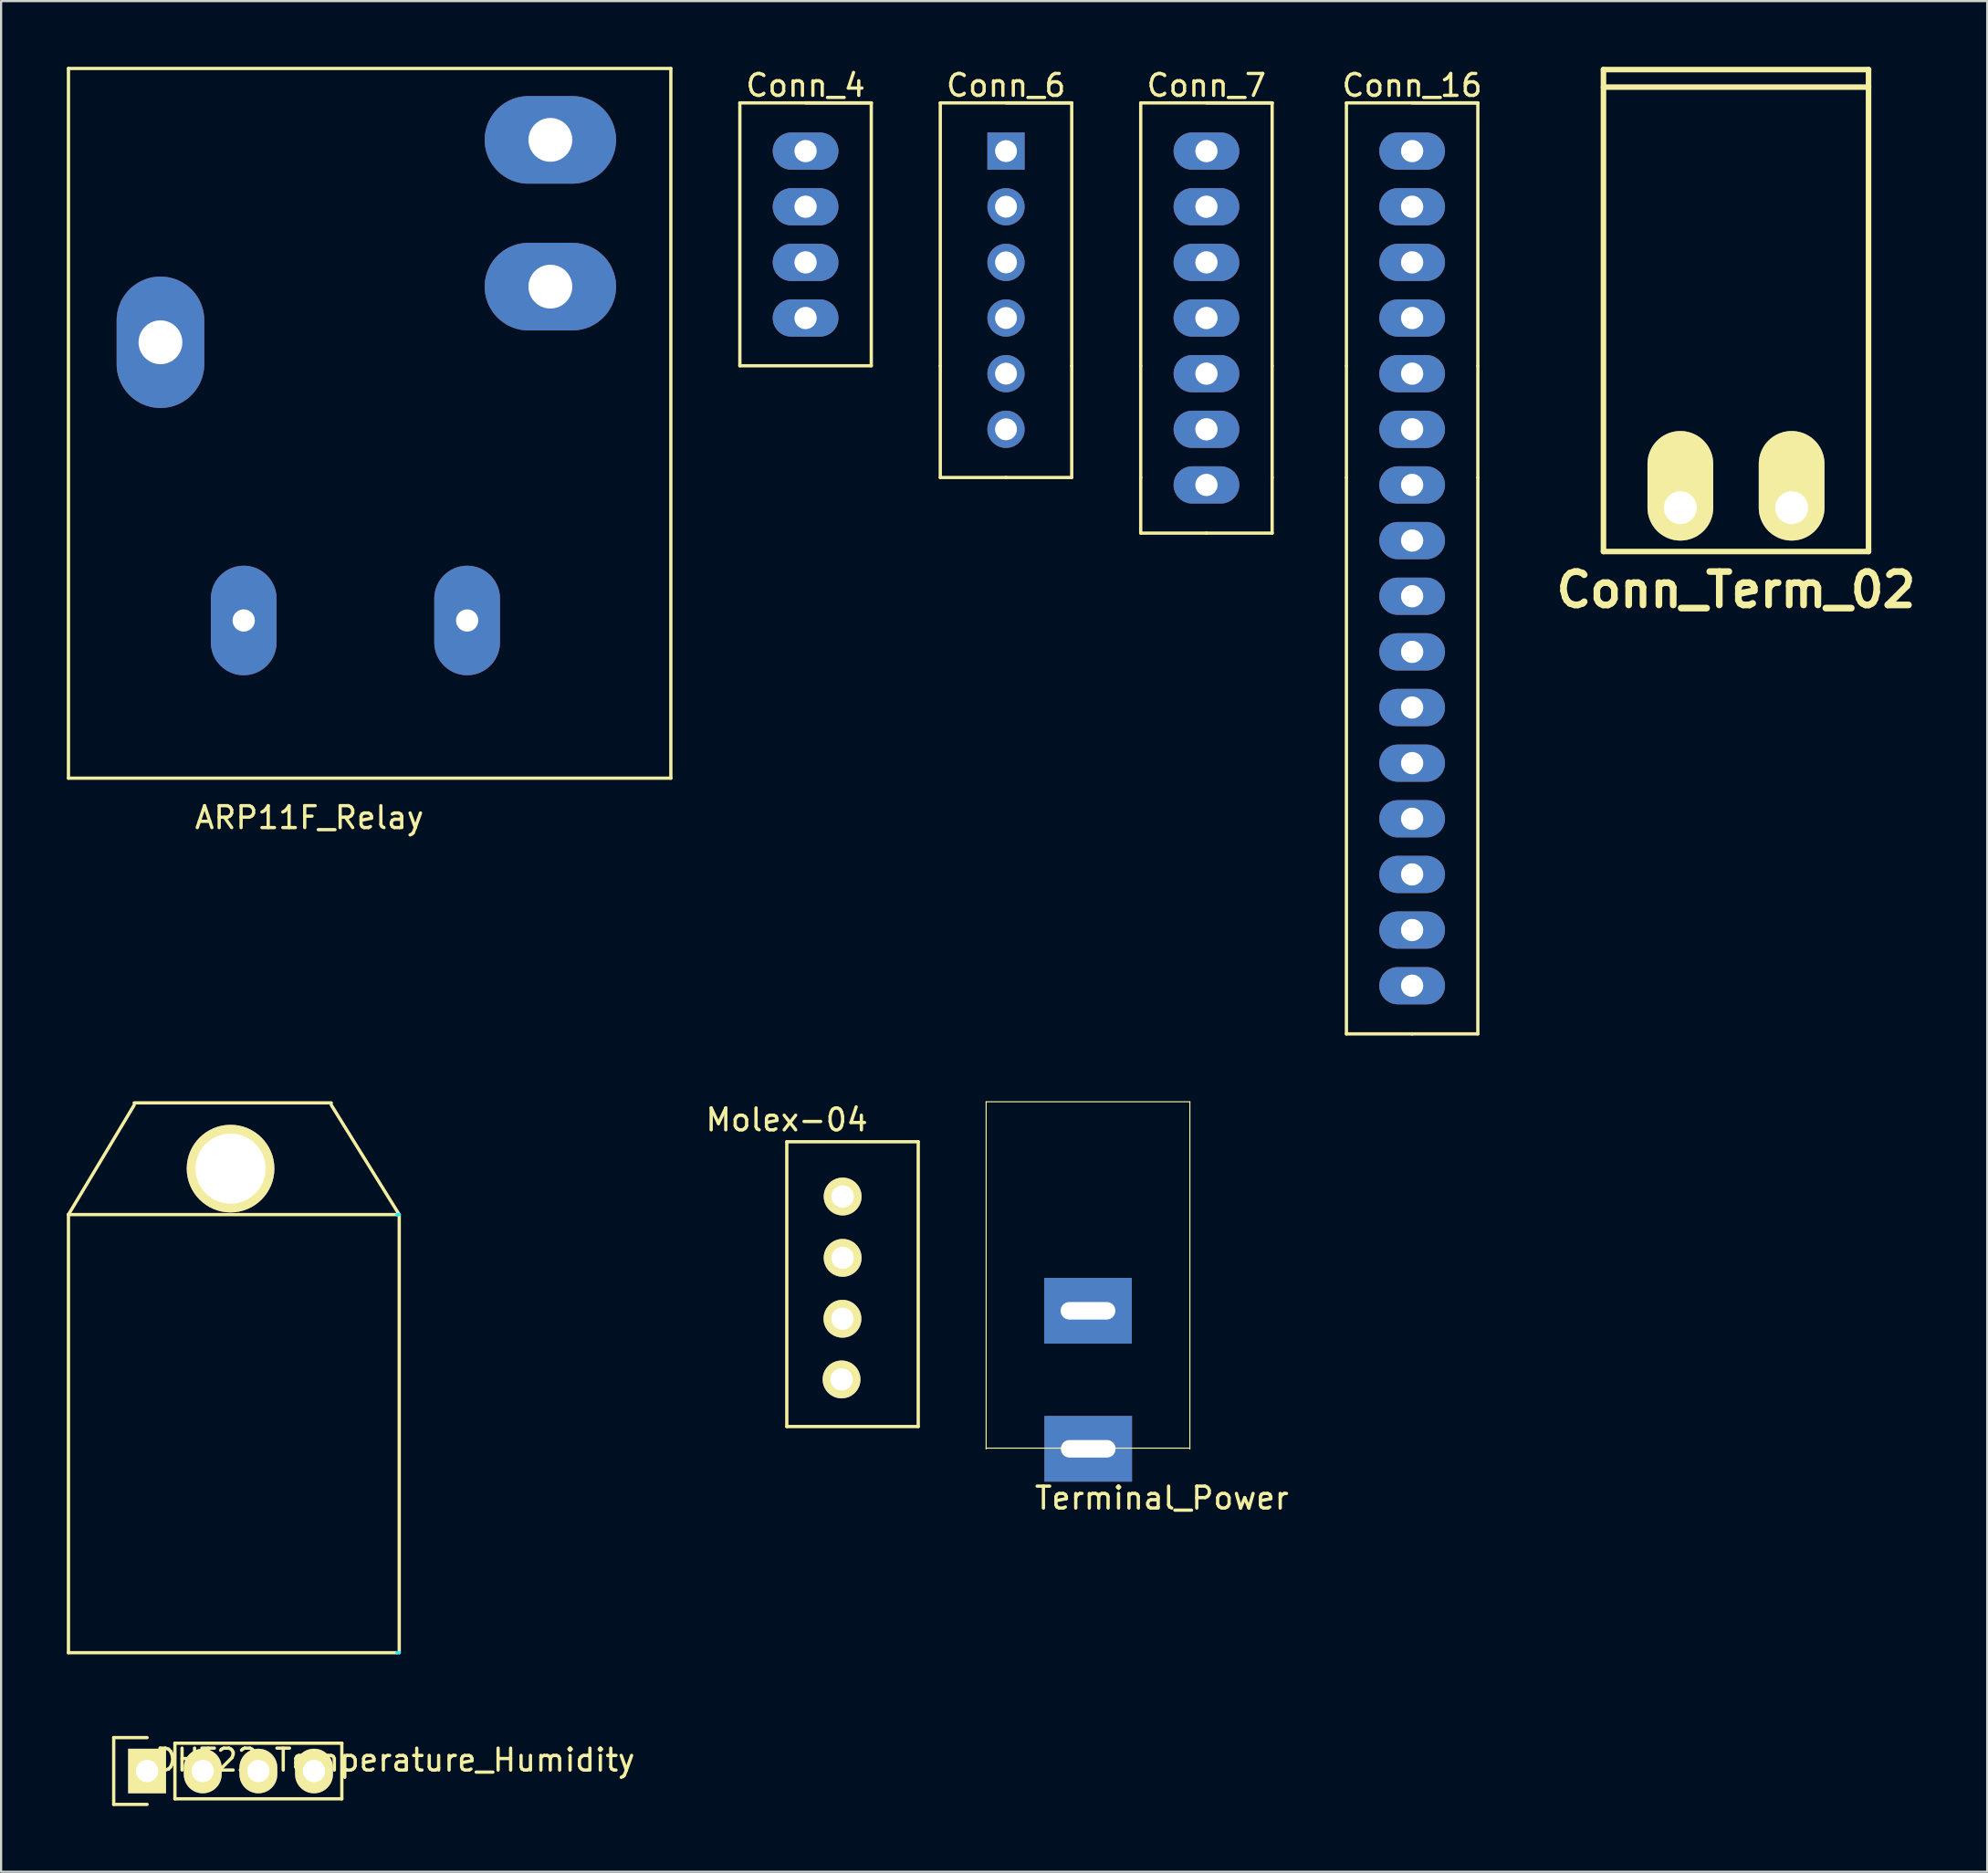
<source format=kicad_pcb>
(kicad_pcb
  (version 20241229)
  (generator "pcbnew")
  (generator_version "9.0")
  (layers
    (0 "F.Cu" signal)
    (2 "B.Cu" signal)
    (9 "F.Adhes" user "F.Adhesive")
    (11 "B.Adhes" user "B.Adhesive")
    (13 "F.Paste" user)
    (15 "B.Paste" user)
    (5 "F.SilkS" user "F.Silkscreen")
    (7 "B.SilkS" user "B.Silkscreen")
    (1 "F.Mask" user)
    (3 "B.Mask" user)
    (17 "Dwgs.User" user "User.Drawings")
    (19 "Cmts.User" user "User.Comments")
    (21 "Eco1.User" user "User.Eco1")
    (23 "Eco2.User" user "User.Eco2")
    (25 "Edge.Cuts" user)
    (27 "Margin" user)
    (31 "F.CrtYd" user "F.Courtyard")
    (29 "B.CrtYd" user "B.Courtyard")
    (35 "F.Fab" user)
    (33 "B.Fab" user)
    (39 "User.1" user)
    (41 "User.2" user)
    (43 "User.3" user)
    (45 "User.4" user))
  (footprint "Molex-04"
    (layer "F.Cu")
    (at 35.368 55.672)
    (property "Reference" "Molex-04" (at -2.5 -7.6 0) (layer "F.SilkS") (effects (font (size 1 1) (thickness 0.15))))
    (attr through_hole)
    (fp_line (start -2.5 -6.6) (end -2.5 6.4) (stroke (width 0.15) (type solid)) (layer "F.SilkS"))
    (fp_line (start -2.5 -6.6) (end 3.5 -6.6) (stroke (width 0.15) (type solid)) (layer "F.SilkS"))
    (fp_line (start -2.5 6.4) (end 3.5 6.4) (stroke (width 0.15) (type solid)) (layer "F.SilkS"))
    (fp_line (start 3.5 -6.6) (end 3.5 6.4) (stroke (width 0.15) (type solid)) (layer "F.SilkS"))
    (pad "1" thru_hole oval (at 0.05 -4.1) (size 1.727 1.727) (drill 1.016) (layers "*.Cu" "*.Mask" "F.SilkS"))
    (pad "2" thru_hole oval (at 0.05 -1.3) (size 1.727 1.727) (drill 1.016) (layers "*.Cu" "*.Mask" "F.SilkS"))
    (pad "3" thru_hole oval (at 0.04 1.48) (size 1.727 1.727) (drill 1.016) (layers "*.Cu" "*.Mask" "F.SilkS"))
    (pad "4" thru_hole oval (at 0 4.25) (size 1.727 1.727) (drill 1.016) (layers "*.Cu" "*.Mask" "F.SilkS")))
  (footprint "Conn_6"
    (layer "F.Cu")
    (at 42.875 3.848)
    (property "Reference" "Conn_6" (at 0 -3 0) (layer "F.SilkS") (effects (font (size 1 1) (thickness 0.15))))
    (attr through_hole)
    (fp_line (start -3 -2.2) (end -3 9.8) (stroke (width 0.15) (type solid)) (layer "F.SilkS"))
    (fp_line (start -3 14.9) (end -3 9.81) (stroke (width 0.15) (type solid)) (layer "F.SilkS"))
    (fp_line (start 0 -2.2) (end 3 -2.2) (stroke (width 0.15) (type solid)) (layer "F.SilkS"))
    (fp_line (start 0 14.9) (end -3 14.9) (stroke (width 0.15) (type solid)) (layer "F.SilkS"))
    (fp_line (start 0 14.9) (end 3 14.9) (stroke (width 0.15) (type solid)) (layer "F.SilkS"))
    (fp_line (start 3 -2.2) (end -3 -2.2) (stroke (width 0.15) (type solid)) (layer "F.SilkS"))
    (fp_line (start 3 9.8) (end 3 -2.2) (stroke (width 0.15) (type solid)) (layer "F.SilkS"))
    (fp_line (start 3 14.9) (end 3 9.81) (stroke (width 0.15) (type solid)) (layer "F.SilkS"))
    (pad "1" thru_hole rect (at 0 0) (size 1.7 1.7) (drill 1) (layers "*.Cu" "*.Mask"))
    (pad "2" thru_hole oval (at 0 2.54) (size 1.7 1.7) (drill 1) (layers "*.Cu" "*.Mask"))
    (pad "3" thru_hole oval (at 0 5.08) (size 1.7 1.7) (drill 1) (layers "*.Cu" "*.Mask"))
    (pad "4" thru_hole oval (at 0 7.62) (size 1.7 1.7) (drill 1) (layers "*.Cu" "*.Mask"))
    (pad "5" thru_hole oval (at 0 10.16) (size 1.7 1.7) (drill 1) (layers "*.Cu" "*.Mask"))
    (pad "6" thru_hole oval (at 0 12.7) (size 1.7 1.7) (drill 1) (layers "*.Cu" "*.Mask")))
  (footprint "Conn_Term_02"
    (layer "F.Cu")
    (at 76.2 20.127)
    (property "Reference" "Conn_Term_02" (at 0 3.749 0) (layer "F.SilkS") (effects (font (size 1.524 1.524) (thickness 0.305))))
    (attr through_hole)
    (fp_line (start -6.05 -19.2) (end 6.05 -19.2) (stroke (width 0.254) (type solid)) (layer "F.SilkS"))
    (fp_line (start -6.05 2) (end -6.05 -20) (stroke (width 0.254) (type solid)) (layer "F.SilkS"))
    (fp_line (start 6.05 -20) (end -6.05 -20) (stroke (width 0.254) (type solid)) (layer "F.SilkS"))
    (fp_line (start 6.05 2) (end -6.05 2) (stroke (width 0.254) (type solid)) (layer "F.SilkS"))
    (fp_line (start 6.05 2) (end 6.05 -20) (stroke (width 0.254) (type solid)) (layer "F.SilkS"))
    (pad "1" thru_hole oval (at -2.54 0) (size 3 5) (drill 1.5 (offset 0 -1)) (layers "*.Cu" "*.Mask" "F.SilkS"))
    (pad "2" thru_hole oval (at 2.54 0) (size 3 5) (drill 1.5 (offset 0 -1)) (layers "*.Cu" "*.Mask" "F.SilkS")))
  (footprint "Conn_7"
    (layer "F.Cu")
    (at 52.025 3.848)
    (property "Reference" "Conn_7" (at 0 -3 0) (layer "F.SilkS") (effects (font (size 1 1) (thickness 0.15))))
    (attr through_hole)
    (fp_line (start -3 -2.2) (end -3 9.8) (stroke (width 0.15) (type solid)) (layer "F.SilkS"))
    (fp_line (start -3 14.9) (end -3 9.81) (stroke (width 0.15) (type solid)) (layer "F.SilkS"))
    (fp_line (start -3 17.44) (end -3 14.9) (stroke (width 0.15) (type solid)) (layer "F.SilkS"))
    (fp_line (start 0 -2.2) (end 3 -2.2) (stroke (width 0.15) (type solid)) (layer "F.SilkS"))
    (fp_line (start 0 17.44) (end -3 17.44) (stroke (width 0.15) (type solid)) (layer "F.SilkS"))
    (fp_line (start 0 17.44) (end 3 17.44) (stroke (width 0.15) (type solid)) (layer "F.SilkS"))
    (fp_line (start 3 -2.2) (end -3 -2.2) (stroke (width 0.15) (type solid)) (layer "F.SilkS"))
    (fp_line (start 3 9.8) (end 3 -2.2) (stroke (width 0.15) (type solid)) (layer "F.SilkS"))
    (fp_line (start 3 14.9) (end 3 9.81) (stroke (width 0.15) (type solid)) (layer "F.SilkS"))
    (fp_line (start 3 17.44) (end 3 14.9) (stroke (width 0.15) (type solid)) (layer "F.SilkS"))
    (pad "1" thru_hole oval (at 0 0) (size 3 1.7) (drill 1.016) (layers "*.Cu" "*.Mask"))
    (pad "2" thru_hole oval (at 0 2.54) (size 3 1.7) (drill 1.016) (layers "*.Cu" "*.Mask"))
    (pad "3" thru_hole oval (at 0 5.08) (size 3 1.7) (drill 1.016) (layers "*.Cu" "*.Mask"))
    (pad "4" thru_hole oval (at 0 7.62) (size 3 1.7) (drill 1.016) (layers "*.Cu" "*.Mask"))
    (pad "5" thru_hole oval (at 0 10.16) (size 3 1.7) (drill 1.016) (layers "*.Cu" "*.Mask"))
    (pad "6" thru_hole oval (at 0 12.7) (size 3 1.7) (drill 1.016) (layers "*.Cu" "*.Mask"))
    (pad "7" thru_hole oval (at 0 15.24) (size 3 1.7) (drill 1.016) (layers "*.Cu" "*.Mask")))
  (footprint "ARP11F_Relay"
    (placed yes)
    (layer "F.Cu")
    (at 13.175 25.275)
    (property "Reference" "ARP11F_Relay" (at -2.1 9 0) (layer "F.SilkS") (effects (font (size 1 1) (thickness 0.15))))
    (attr through_hole)
    (fp_line (start -13.1 -25.2) (end -13.1 7.2) (stroke (width 0.15) (type solid)) (layer "F.SilkS"))
    (fp_line (start -13.1 7.2) (end 14.4 7.2) (stroke (width 0.15) (type solid)) (layer "F.SilkS"))
    (fp_line (start 14.4 -25.2) (end -13.1 -25.2) (stroke (width 0.15) (type solid)) (layer "F.SilkS"))
    (fp_line (start 14.4 7.2) (end 14.4 -25.2) (stroke (width 0.15) (type solid)) (layer "F.SilkS"))
    (pad "11" thru_hole oval (at -8.9 -12.7) (size 4 6) (drill 2) (layers "*.Cu" "B.Mask"))
    (pad "12" thru_hole oval (at 8.9 -21.94 90) (size 4 6) (drill 2) (layers "*.Cu" "*.Mask"))
    (pad "14" thru_hole oval (at 8.9 -15.24) (size 6 4) (drill 2) (layers "*.Cu" "*.Mask"))
    (pad "A1" thru_hole oval (at -5.1 0) (size 3 5) (drill 1.016) (layers "*.Cu" "B.Mask"))
    (pad "A2" thru_hole oval (at 5.1 0) (size 3 5) (drill 1.016) (layers "*.Cu" "B.Mask")))
  (footprint "Conn_4"
    (layer "F.Cu")
    (at 33.725 3.848)
    (property "Reference" "Conn_4" (at 0 -3 0) (layer "F.SilkS") (effects (font (size 1 1) (thickness 0.15))))
    (attr through_hole)
    (fp_line (start -3 -2.2) (end -3 9.8) (stroke (width 0.15) (type solid)) (layer "F.SilkS"))
    (fp_line (start -3 9.8) (end 3 9.8) (stroke (width 0.15) (type solid)) (layer "F.SilkS"))
    (fp_line (start 0 -2.2) (end 3 -2.2) (stroke (width 0.15) (type solid)) (layer "F.SilkS"))
    (fp_line (start 3 -2.2) (end -3 -2.2) (stroke (width 0.15) (type solid)) (layer "F.SilkS"))
    (fp_line (start 3 9.8) (end 3 -2.2) (stroke (width 0.15) (type solid)) (layer "F.SilkS"))
    (pad "1" thru_hole oval (at 0 0) (size 3 1.7) (drill 1.016) (layers "*.Cu" "*.Mask"))
    (pad "2" thru_hole oval (at 0 2.54) (size 3 1.7) (drill 1.016) (layers "*.Cu" "*.Mask"))
    (pad "3" thru_hole oval (at 0 5.08) (size 3 1.7) (drill 1.016) (layers "*.Cu" "*.Mask"))
    (pad "4" thru_hole oval (at 0 7.62) (size 3 1.7) (drill 1.016) (layers "*.Cu" "*.Mask")))
  (footprint "DHT22_Temperature_Humidity"
    (placed yes)
    (layer "F.Cu")
    (at 7.475 77.798)
    (property "Reference" "DHT22_Temperature_Humidity" (at 7.5 -0.5 0) (layer "F.SilkS") (effects (font (size 1 1) (thickness 0.15))))
    (attr through_hole)
    (fp_line (start -7.4 -25.4) (end -4.4 -30.4) (stroke (width 0.15) (type solid)) (layer "F.SilkS"))
    (fp_line (start -7.4 -25.4) (end 7.6 -25.4) (stroke (width 0.15) (type solid)) (layer "F.SilkS"))
    (fp_line (start -7.4 -5.4) (end -7.4 -25.4) (stroke (width 0.15) (type solid)) (layer "F.SilkS"))
    (fp_line (start -5.334 -1.524) (end -5.334 1.524) (stroke (width 0.15) (type solid)) (layer "F.SilkS"))
    (fp_line (start -5.334 1.524) (end -3.81 1.524) (stroke (width 0.15) (type solid)) (layer "F.SilkS"))
    (fp_line (start -3.81 -1.524) (end -5.334 -1.524) (stroke (width 0.15) (type solid)) (layer "F.SilkS"))
    (fp_line (start -2.54 -1.27) (end 5.08 -1.27) (stroke (width 0.15) (type solid)) (layer "F.SilkS"))
    (fp_line (start -2.54 1.27) (end -2.54 -1.27) (stroke (width 0.15) (type solid)) (layer "F.SilkS"))
    (fp_line (start 4.6 -30.5) (end -4.4 -30.5) (stroke (width 0.15) (type solid)) (layer "F.SilkS"))
    (fp_line (start 5.08 -1.27) (end 5.08 1.27) (stroke (width 0.15) (type solid)) (layer "F.SilkS"))
    (fp_line (start 5.08 1.27) (end -2.54 1.27) (stroke (width 0.15) (type solid)) (layer "F.SilkS"))
    (fp_line (start 7.6 -5.4) (end -7.4 -5.4) (stroke (width 0.15) (type solid)) (layer "F.SilkS"))
    (fp_line (start 7.7 -25.4) (end 4.6 -30.4) (stroke (width 0.15) (type solid)) (layer "F.SilkS"))
    (fp_line (start 7.7 -25.4) (end 7.7 -5.4) (stroke (width 0.15) (type solid)) (layer "F.SilkS"))
    (fp_line (start 7.6 -5.4) (end 7.7 -5.4) (stroke (width 0.15) (type solid)) (layer "B.CrtYd"))
    (fp_line (start 7.7 -25.4) (end 7.6 -25.4) (stroke (width 0.15) (type solid)) (layer "B.CrtYd"))
    (pad "1" thru_hole rect (at -3.81 0 90) (size 2.032 1.727) (drill 1.016) (layers "*.Cu" "*.Mask" "F.SilkS"))
    (pad "2" thru_hole oval (at -1.27 0 90) (size 2.032 1.727) (drill 1.016) (layers "*.Cu" "*.Mask" "F.SilkS"))
    (pad "3" thru_hole oval (at 1.27 0 90) (size 2.032 1.727) (drill 1.016) (layers "*.Cu" "*.Mask" "F.SilkS"))
    (pad "4" thru_hole oval (at 3.81 0 90) (size 2.032 1.727) (drill 1.016) (layers "*.Cu" "*.Mask" "F.SilkS"))
    (pad "5" thru_hole circle (at 0 -27.5) (size 4 4) (drill 3.2) (layers "*.Cu" "*.Mask" "F.SilkS")))
  (footprint "Conn_16"
    (layer "F.Cu")
    (at 61.415 3.848)
    (property "Reference" "Conn_16" (at 0 -3 0) (layer "F.SilkS") (effects (font (size 1 1) (thickness 0.15))))
    (attr through_hole)
    (fp_line (start -3 -2.2) (end -3 9.8) (stroke (width 0.15) (type solid)) (layer "F.SilkS"))
    (fp_line (start -3 14.9) (end -3 9.81) (stroke (width 0.15) (type solid)) (layer "F.SilkS"))
    (fp_line (start -3 40.3) (end -3 14.91) (stroke (width 0.15) (type solid)) (layer "F.SilkS"))
    (fp_line (start 0 -2.2) (end 3 -2.2) (stroke (width 0.15) (type solid)) (layer "F.SilkS"))
    (fp_line (start 0 40.3) (end -3 40.3) (stroke (width 0.15) (type solid)) (layer "F.SilkS"))
    (fp_line (start 0 40.3) (end 3 40.3) (stroke (width 0.15) (type solid)) (layer "F.SilkS"))
    (fp_line (start 3 -2.2) (end -3 -2.2) (stroke (width 0.15) (type solid)) (layer "F.SilkS"))
    (fp_line (start 3 9.8) (end 3 -2.2) (stroke (width 0.15) (type solid)) (layer "F.SilkS"))
    (fp_line (start 3 14.9) (end 3 9.81) (stroke (width 0.15) (type solid)) (layer "F.SilkS"))
    (fp_line (start 3 40.3) (end 3 14.91) (stroke (width 0.15) (type solid)) (layer "F.SilkS"))
    (pad "1" thru_hole oval (at 0 0) (size 3 1.7) (drill 1.016) (layers "*.Cu" "*.Mask"))
    (pad "2" thru_hole oval (at 0 2.54) (size 3 1.7) (drill 1.016) (layers "*.Cu" "*.Mask"))
    (pad "3" thru_hole oval (at 0 5.08) (size 3 1.7) (drill 1.016) (layers "*.Cu" "*.Mask"))
    (pad "4" thru_hole oval (at 0 7.62) (size 3 1.7) (drill 1.016) (layers "*.Cu" "*.Mask"))
    (pad "5" thru_hole oval (at 0 10.16) (size 3 1.7) (drill 1.016) (layers "*.Cu" "*.Mask"))
    (pad "6" thru_hole oval (at 0 12.7) (size 3 1.7) (drill 1.016) (layers "*.Cu" "*.Mask"))
    (pad "7" thru_hole oval (at 0 15.24) (size 3 1.7) (drill 1.016) (layers "*.Cu" "*.Mask"))
    (pad "8" thru_hole oval (at 0 17.78) (size 3 1.7) (drill 1.016) (layers "*.Cu" "*.Mask"))
    (pad "9" thru_hole oval (at 0 20.32) (size 3 1.7) (drill 1.016) (layers "*.Cu" "*.Mask"))
    (pad "10" thru_hole oval (at 0 22.86) (size 3 1.7) (drill 1.016) (layers "*.Cu" "*.Mask"))
    (pad "11" thru_hole oval (at 0 25.4) (size 3 1.7) (drill 1.016) (layers "*.Cu" "*.Mask"))
    (pad "12" thru_hole oval (at 0 27.94) (size 3 1.7) (drill 1.016) (layers "*.Cu" "*.Mask"))
    (pad "13" thru_hole oval (at 0 30.48) (size 3 1.7) (drill 1.016) (layers "*.Cu" "*.Mask"))
    (pad "14" thru_hole oval (at 0 33.02) (size 3 1.7) (drill 1.016) (layers "*.Cu" "*.Mask"))
    (pad "15" thru_hole oval (at 0 35.56) (size 3 1.7) (drill 1.016) (layers "*.Cu" "*.Mask"))
    (pad "16" thru_hole oval (at 0 38.1) (size 3 1.7) (drill 1.016) (layers "*.Cu" "*.Mask")))
  (footprint "Terminal_Power"
    (placed yes)
    (layer "F.Cu")
    (at 46.618 55.248)
    (property "Reference" "Terminal_Power" (at 3.37 10.09 0) (layer "F.SilkS") (effects (font (size 1 1) (thickness 0.15))))
    (attr through_hole)
    (fp_line (start -4.65 -8) (end -4.65 7.85) (stroke (width 0.05) (type solid)) (layer "F.SilkS"))
    (fp_line (start -4.65 7.81) (end 4.65 7.81) (stroke (width 0.05) (type solid)) (layer "F.SilkS"))
    (fp_line (start 4.65 -8) (end -4.65 -8) (stroke (width 0.05) (type solid)) (layer "F.SilkS"))
    (fp_line (start 4.65 7.85) (end 4.65 -8) (stroke (width 0.05) (type solid)) (layer "F.SilkS"))
    (pad "1" thru_hole rect (at 0 1.54) (size 4 3) (drill oval 2.5 0.8) (layers "*.Cu" "*.Mask"))
    (pad "2" thru_hole rect (at 0.01 7.84) (size 4 3) (drill oval 2.5 0.8) (layers "*.Cu" "*.Mask")))
  (gr_rect
    (start -3 -3)
    (end 87.669 82.397)
    (stroke (width 0.1) (type default))
    (fill no)
    (layer "Edge.Cuts")))
</source>
